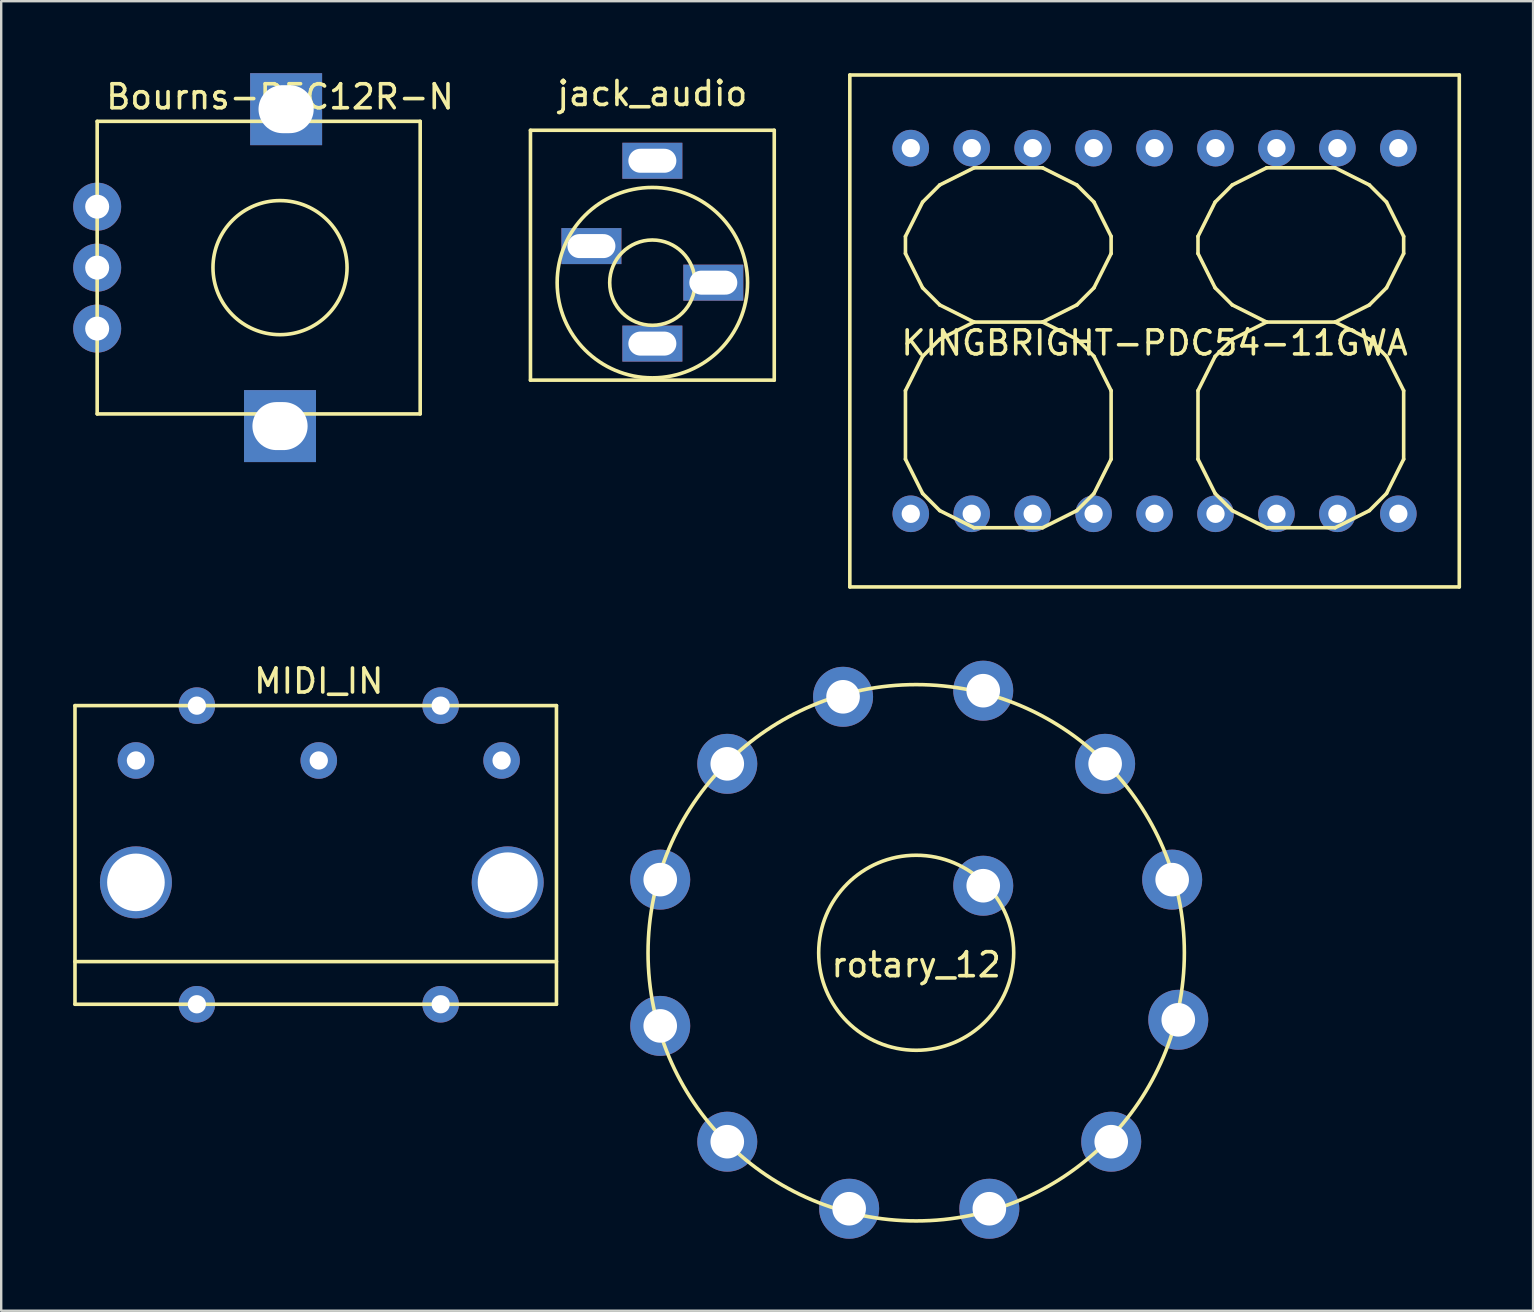
<source format=kicad_pcb>
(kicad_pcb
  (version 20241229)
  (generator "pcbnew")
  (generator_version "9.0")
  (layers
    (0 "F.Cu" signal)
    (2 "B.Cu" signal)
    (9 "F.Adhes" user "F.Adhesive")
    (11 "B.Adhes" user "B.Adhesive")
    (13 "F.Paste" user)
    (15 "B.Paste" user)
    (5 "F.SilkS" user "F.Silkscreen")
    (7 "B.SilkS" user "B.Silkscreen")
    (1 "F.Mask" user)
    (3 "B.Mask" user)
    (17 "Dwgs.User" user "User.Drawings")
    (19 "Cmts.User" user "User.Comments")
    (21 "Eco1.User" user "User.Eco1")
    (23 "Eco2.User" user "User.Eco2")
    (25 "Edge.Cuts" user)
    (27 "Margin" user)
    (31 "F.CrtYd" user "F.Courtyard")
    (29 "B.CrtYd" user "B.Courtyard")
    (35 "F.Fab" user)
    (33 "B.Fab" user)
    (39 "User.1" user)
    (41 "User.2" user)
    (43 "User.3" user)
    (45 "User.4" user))
  (footprint "Bourns-PEC12R-N"
    (layer "F.Cu")
    (at 8.62 8.104)
    (property "Reference" "Bourns-PEC12R-N" (at 0 -7.12 0) (layer "F.SilkS") (effects (font (size 1 1) (thickness 0.15))))
    (attr through_hole)
    (fp_line (start -7.62 -6.096) (end 5.842 -6.096) (stroke (width 0.15) (type solid)) (layer "F.SilkS"))
    (fp_line (start -7.62 6.096) (end -7.62 -6.096) (stroke (width 0.15) (type solid)) (layer "F.SilkS"))
    (fp_line (start 5.842 -6.096) (end 5.842 6.096) (stroke (width 0.15) (type solid)) (layer "F.SilkS"))
    (fp_line (start 5.842 6.096) (end -7.62 6.096) (stroke (width 0.15) (type solid)) (layer "F.SilkS"))
    (fp_circle (center 0 0) (end 2.794 0) (stroke (width 0.15) (type solid)) (fill no) (layer "F.SilkS"))
    (pad "" thru_hole rect (at 0 6.604) (size 3 3) (drill oval 2.3 2) (layers "*.Cu" "*.Mask"))
    (pad "" thru_hole rect (at 0.254 -6.604) (size 3 3) (drill oval 2.3 2) (layers "*.Cu" "*.Mask"))
    (pad "A" thru_hole circle (at -7.62 -2.54) (size 2 2) (drill 1) (layers "*.Cu" "*.Mask"))
    (pad "B" thru_hole circle (at -7.62 0) (size 2 2) (drill 1) (layers "*.Cu" "*.Mask"))
    (pad "C" thru_hole circle (at -7.62 2.54) (size 2 2) (drill 1) (layers "*.Cu" "*.Mask")))
  (footprint "MIDI_IN"
    (layer "F.Cu")
    (at 10.235 28.644)
    (property "Reference" "MIDI_IN" (at 0 -3.31 0) (layer "F.SilkS") (effects (font (size 1 1) (thickness 0.15))))
    (attr through_hole)
    (fp_line (start -10.16 -2.286) (end 9.906 -2.286) (stroke (width 0.15) (type solid)) (layer "F.SilkS"))
    (fp_line (start -10.16 8.382) (end 9.906 8.382) (stroke (width 0.15) (type solid)) (layer "F.SilkS"))
    (fp_line (start -10.16 10.16) (end -10.16 -2.286) (stroke (width 0.15) (type solid)) (layer "F.SilkS"))
    (fp_line (start 9.906 -2.286) (end 9.906 10.16) (stroke (width 0.15) (type solid)) (layer "F.SilkS"))
    (fp_line (start 9.906 10.16) (end -10.16 10.16) (stroke (width 0.15) (type solid)) (layer "F.SilkS"))
    (pad "" thru_hole circle (at -7.62 5.08) (size 3 3) (drill 2.4) (layers "*.Cu" "*.Mask"))
    (pad "" thru_hole circle (at -5.08 10.16) (size 1.524 1.524) (drill 0.762) (layers "*.Cu" "*.Mask"))
    (pad "" thru_hole circle (at 5.08 10.16) (size 1.524 1.524) (drill 0.762) (layers "*.Cu" "*.Mask"))
    (pad "" thru_hole circle (at 7.874 5.08) (size 3 3) (drill 2.5) (layers "*.Cu" "*.Mask"))
    (pad "1" thru_hole circle (at 7.62 0) (size 1.524 1.524) (drill 0.762) (layers "*.Cu" "*.Mask"))
    (pad "2" thru_hole circle (at 0 0) (size 1.524 1.524) (drill 0.762) (layers "*.Cu" "*.Mask"))
    (pad "3" thru_hole circle (at -7.62 0) (size 1.524 1.524) (drill 0.762) (layers "*.Cu" "*.Mask"))
    (pad "4" thru_hole circle (at 5.08 -2.286) (size 1.524 1.524) (drill 0.762) (layers "*.Cu" "*.Mask"))
    (pad "5" thru_hole circle (at -5.08 -2.286) (size 1.524 1.524) (drill 0.762) (layers "*.Cu" "*.Mask")))
  (footprint "jack_audio"
    (layer "F.Cu")
    (at 24.138 8.73)
    (property "Reference" "jack_audio" (at 0 -7.882 0) (layer "F.SilkS") (effects (font (size 1 1) (thickness 0.15))))
    (attr through_hole)
    (fp_line (start -5.08 -6.35) (end 5.08 -6.35) (stroke (width 0.15) (type solid)) (layer "F.SilkS"))
    (fp_line (start -5.08 4.064) (end -5.08 -6.35) (stroke (width 0.15) (type solid)) (layer "F.SilkS"))
    (fp_line (start 5.08 -6.35) (end 5.08 4.064) (stroke (width 0.15) (type solid)) (layer "F.SilkS"))
    (fp_line (start 5.08 4.064) (end -5.08 4.064) (stroke (width 0.15) (type solid)) (layer "F.SilkS"))
    (fp_circle (center 0 0) (end 1.778 0) (stroke (width 0.15) (type solid)) (fill no) (layer "F.SilkS"))
    (fp_circle (center 0 0) (end 3.048 2.54) (stroke (width 0.15) (type solid)) (fill no) (layer "F.SilkS"))
    (pad "GND" thru_hole rect (at -2.54 -1.524) (size 2.5 1.5) (drill oval 2 1) (layers "*.Cu" "*.Mask"))
    (pad "R" thru_hole rect (at 2.54 0) (size 2.5 1.5) (drill oval 2 1) (layers "*.Cu" "*.Mask"))
    (pad "S" thru_hole rect (at 0 2.54) (size 2.5 1.5) (drill oval 2 1) (layers "*.Cu" "*.Mask"))
    (pad "T" thru_hole rect (at 0 -5.08) (size 2.5 1.5) (drill oval 2 1) (layers "*.Cu" "*.Mask")))
  (footprint "KINGBRIGHT-PDC54-11GWA"
    (layer "F.Cu")
    (at 45.068 10.743)
    (property "Reference" "KINGBRIGHT-PDC54-11GWA" (at 0 0.5 0) (layer "F.SilkS") (effects (font (size 1 1) (thickness 0.15))))
    (attr through_hole)
    (fp_line (start -12.7 -10.668) (end -12.7 10.668) (stroke (width 0.15) (type solid)) (layer "F.SilkS"))
    (fp_line (start -12.7 10.668) (end 12.7 10.668) (stroke (width 0.15) (type solid)) (layer "F.SilkS"))
    (fp_line (start 12.7 -10.668) (end -12.7 -10.668) (stroke (width 0.15) (type solid)) (layer "F.SilkS"))
    (fp_line (start 12.7 10.668) (end 12.7 -10.668) (stroke (width 0.15) (type solid)) (layer "F.SilkS"))
    (fp_text user "8" (at 6.096 1.27 0) (layer "F.SilkS") (effects (font (size 15 15) (thickness 0.15))))
    (fp_text user "8" (at -6.096 1.27 0) (layer "F.SilkS") (effects (font (size 15 15) (thickness 0.15))))
    (pad "1" thru_hole circle (at -10.16 7.62) (size 1.524 1.524) (drill 0.762) (layers "*.Cu" "*.Mask"))
    (pad "2" thru_hole circle (at -7.62 7.62) (size 1.524 1.524) (drill 0.762) (layers "*.Cu" "*.Mask"))
    (pad "3" thru_hole circle (at -5.08 7.62) (size 1.524 1.524) (drill 0.762) (layers "*.Cu" "*.Mask"))
    (pad "4" thru_hole circle (at -2.54 7.62) (size 1.524 1.524) (drill 0.762) (layers "*.Cu" "*.Mask"))
    (pad "5" thru_hole circle (at 0 7.62) (size 1.524 1.524) (drill 0.762) (layers "*.Cu" "*.Mask"))
    (pad "6" thru_hole circle (at 2.54 7.62) (size 1.524 1.524) (drill 0.762) (layers "*.Cu" "*.Mask"))
    (pad "7" thru_hole circle (at 5.08 7.62) (size 1.524 1.524) (drill 0.762) (layers "*.Cu" "*.Mask"))
    (pad "8" thru_hole circle (at 7.62 7.62) (size 1.524 1.524) (drill 0.762) (layers "*.Cu" "*.Mask"))
    (pad "9" thru_hole circle (at 10.16 7.62) (size 1.524 1.524) (drill 0.762) (layers "*.Cu" "*.Mask"))
    (pad "10" thru_hole circle (at 10.16 -7.62 180) (size 1.524 1.524) (drill 0.762) (layers "*.Cu" "*.Mask"))
    (pad "11" thru_hole circle (at 7.62 -7.62 180) (size 1.524 1.524) (drill 0.762) (layers "*.Cu" "*.Mask"))
    (pad "12" thru_hole circle (at 5.08 -7.62 180) (size 1.524 1.524) (drill 0.762) (layers "*.Cu" "*.Mask"))
    (pad "13" thru_hole circle (at 2.54 -7.62 180) (size 1.524 1.524) (drill 0.762) (layers "*.Cu" "*.Mask"))
    (pad "14" thru_hole circle (at 0 -7.62 180) (size 1.524 1.524) (drill 0.762) (layers "*.Cu" "*.Mask"))
    (pad "15" thru_hole circle (at -2.54 -7.62 180) (size 1.524 1.524) (drill 0.762) (layers "*.Cu" "*.Mask"))
    (pad "16" thru_hole circle (at -5.08 -7.62 180) (size 1.524 1.524) (drill 0.762) (layers "*.Cu" "*.Mask"))
    (pad "17" thru_hole circle (at -7.62 -7.62 180) (size 1.524 1.524) (drill 0.762) (layers "*.Cu" "*.Mask"))
    (pad "18" thru_hole circle (at -10.16 -7.62 180) (size 1.524 1.524) (drill 0.762) (layers "*.Cu" "*.Mask")))
  (footprint "rotary_12"
    (layer "F.Cu")
    (at 35.134 36.658)
    (property "Reference" "rotary_12" (at 0 0.5 0) (layer "F.SilkS") (effects (font (size 1 1) (thickness 0.15))))
    (attr through_hole)
    (fp_circle (center 0 0) (end 4.064 0) (stroke (width 0.15) (type solid)) (fill no) (layer "F.SilkS"))
    (fp_circle (center 0 0) (end 11.176 0) (stroke (width 0.15) (type solid)) (fill no) (layer "F.SilkS"))
    (pad "1" thru_hole circle (at 2.794 -10.922) (size 2.5 2.5) (drill 1.4) (layers "*.Cu" "*.Mask"))
    (pad "2" thru_hole circle (at 7.874 -7.874) (size 2.5 2.5) (drill 1.4) (layers "*.Cu" "*.Mask"))
    (pad "3" thru_hole circle (at 10.668 -3.048) (size 2.5 2.5) (drill 1.4) (layers "*.Cu" "*.Mask"))
    (pad "4" thru_hole circle (at 10.922 2.794) (size 2.5 2.5) (drill 1.4) (layers "*.Cu" "*.Mask"))
    (pad "5" thru_hole circle (at 8.128 7.874) (size 2.5 2.5) (drill 1.4) (layers "*.Cu" "*.Mask"))
    (pad "6" thru_hole circle (at 3.048 10.668) (size 2.5 2.5) (drill 1.4) (layers "*.Cu" "*.Mask"))
    (pad "7" thru_hole circle (at -2.794 10.668) (size 2.5 2.5) (drill 1.4) (layers "*.Cu" "*.Mask"))
    (pad "8" thru_hole circle (at -7.874 7.874) (size 2.5 2.5) (drill 1.4) (layers "*.Cu" "*.Mask"))
    (pad "9" thru_hole circle (at -10.668 3.048) (size 2.5 2.5) (drill 1.4) (layers "*.Cu" "*.Mask"))
    (pad "10" thru_hole circle (at -10.668 -3.048) (size 2.5 2.5) (drill 1.4) (layers "*.Cu" "*.Mask"))
    (pad "11" thru_hole circle (at -7.874 -7.874) (size 2.5 2.5) (drill 1.4) (layers "*.Cu" "*.Mask"))
    (pad "12" thru_hole circle (at -3.048 -10.668) (size 2.5 2.5) (drill 1.4) (layers "*.Cu" "*.Mask"))
    (pad "13" thru_hole circle (at 2.794 -2.794) (size 2.5 2.5) (drill 1.4) (layers "*.Cu" "*.Mask")))
  (gr_rect
    (start -3 -3)
    (end 60.843 51.576)
    (stroke (width 0.1) (type default))
    (fill no)
    (layer "Edge.Cuts")))
</source>
